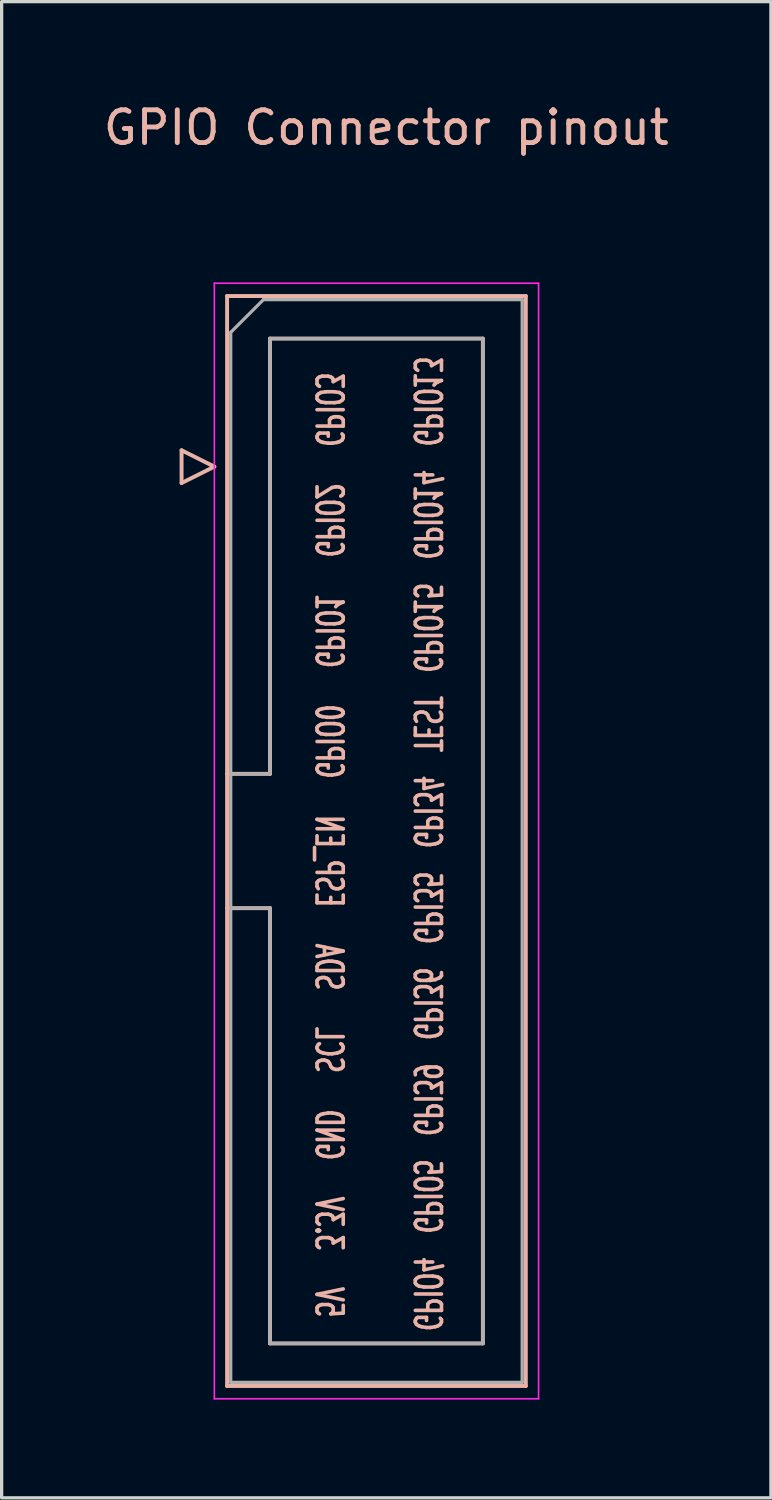
<source format=kicad_pcb>
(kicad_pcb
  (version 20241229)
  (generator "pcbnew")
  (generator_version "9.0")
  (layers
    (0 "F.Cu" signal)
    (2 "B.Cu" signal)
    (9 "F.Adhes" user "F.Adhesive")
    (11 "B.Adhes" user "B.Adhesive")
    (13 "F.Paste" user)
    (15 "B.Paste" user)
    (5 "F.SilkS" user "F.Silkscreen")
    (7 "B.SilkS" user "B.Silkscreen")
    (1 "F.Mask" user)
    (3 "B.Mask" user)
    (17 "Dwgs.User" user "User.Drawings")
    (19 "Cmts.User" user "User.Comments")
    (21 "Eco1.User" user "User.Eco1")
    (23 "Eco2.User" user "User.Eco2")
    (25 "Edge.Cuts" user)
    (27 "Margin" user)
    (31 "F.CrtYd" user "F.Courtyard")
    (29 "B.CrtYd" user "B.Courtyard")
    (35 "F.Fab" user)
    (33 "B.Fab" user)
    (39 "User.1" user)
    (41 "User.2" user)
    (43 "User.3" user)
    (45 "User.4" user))
  (footprint "GPIO Connector pinout"
    (layer "F.Cu")
    (at 8.744 1.348)
    (property "Reference" "GPIO Connector pinout" (at 0 -0.5 0) (unlocked yes) (layer "B.SilkS") (effects (font (size 1 1) (thickness 0.15))))
    (attr smd)
    (fp_line (start -6.25 9.35) (end -6.25 10.35) (stroke (width 0.12) (type solid)) (layer "B.SilkS"))
    (fp_line (start -6.25 10.35) (end -5.25 9.85) (stroke (width 0.12) (type solid)) (layer "B.SilkS"))
    (fp_line (start -5.25 9.85) (end -6.25 9.35) (stroke (width 0.12) (type solid)) (layer "B.SilkS"))
    (fp_line (start -4.86 4.64) (end 4.26 4.64) (stroke (width 0.12) (type solid)) (layer "B.SilkS"))
    (fp_line (start -4.86 19.23) (end -3.55 19.23) (stroke (width 0.12) (type solid)) (layer "B.SilkS"))
    (fp_line (start -4.86 37.92) (end -4.86 4.64) (stroke (width 0.12) (type solid)) (layer "B.SilkS"))
    (fp_line (start -3.55 5.94) (end 2.95 5.94) (stroke (width 0.12) (type solid)) (layer "B.SilkS"))
    (fp_line (start -3.55 19.23) (end -3.55 5.94) (stroke (width 0.12) (type solid)) (layer "B.SilkS"))
    (fp_line (start -3.55 23.33) (end -4.86 23.33) (stroke (width 0.12) (type solid)) (layer "B.SilkS"))
    (fp_line (start -3.55 23.33) (end -3.55 23.33) (stroke (width 0.12) (type solid)) (layer "B.SilkS"))
    (fp_line (start -3.55 36.62) (end -3.55 23.33) (stroke (width 0.12) (type solid)) (layer "B.SilkS"))
    (fp_line (start 2.95 5.94) (end 2.95 36.62) (stroke (width 0.12) (type solid)) (layer "B.SilkS"))
    (fp_line (start 2.95 36.62) (end -3.55 36.62) (stroke (width 0.12) (type solid)) (layer "B.SilkS"))
    (fp_line (start 4.26 4.64) (end 4.26 37.92) (stroke (width 0.12) (type solid)) (layer "B.SilkS"))
    (fp_line (start 4.26 37.92) (end -4.86 37.92) (stroke (width 0.12) (type solid)) (layer "B.SilkS"))
    (fp_line (start -5.25 4.25) (end -5.25 38.31) (stroke (width 0.05) (type solid)) (layer "F.CrtYd"))
    (fp_line (start -5.25 38.31) (end 4.65 38.31) (stroke (width 0.05) (type solid)) (layer "F.CrtYd"))
    (fp_line (start 4.65 4.25) (end -5.25 4.25) (stroke (width 0.05) (type solid)) (layer "F.CrtYd"))
    (fp_line (start 4.65 38.31) (end 4.65 4.25) (stroke (width 0.05) (type solid)) (layer "F.CrtYd"))
    (fp_line (start -4.75 5.75) (end -3.75 4.75) (stroke (width 0.1) (type solid)) (layer "F.Fab"))
    (fp_line (start -4.75 19.23) (end -3.55 19.23) (stroke (width 0.1) (type solid)) (layer "F.Fab"))
    (fp_line (start -4.75 37.81) (end -4.75 5.75) (stroke (width 0.1) (type solid)) (layer "F.Fab"))
    (fp_line (start -3.75 4.75) (end 4.15 4.75) (stroke (width 0.1) (type solid)) (layer "F.Fab"))
    (fp_line (start -3.55 5.94) (end 2.95 5.94) (stroke (width 0.1) (type solid)) (layer "F.Fab"))
    (fp_line (start -3.55 19.23) (end -3.55 5.94) (stroke (width 0.1) (type solid)) (layer "F.Fab"))
    (fp_line (start -3.55 23.33) (end -4.75 23.33) (stroke (width 0.1) (type solid)) (layer "F.Fab"))
    (fp_line (start -3.55 23.33) (end -3.55 23.33) (stroke (width 0.1) (type solid)) (layer "F.Fab"))
    (fp_line (start -3.55 36.62) (end -3.55 23.33) (stroke (width 0.1) (type solid)) (layer "F.Fab"))
    (fp_line (start 2.95 5.94) (end 2.95 36.62) (stroke (width 0.1) (type solid)) (layer "F.Fab"))
    (fp_line (start 2.95 36.62) (end -3.55 36.62) (stroke (width 0.1) (type solid)) (layer "F.Fab"))
    (fp_line (start 4.15 4.75) (end 4.15 37.81) (stroke (width 0.1) (type solid)) (layer "F.Fab"))
    (fp_line (start 4.15 37.81) (end -4.75 37.81) (stroke (width 0.1) (type solid)) (layer "F.Fab"))
    (fp_text user "SCL" (at -1.75 27.659 270) (unlocked yes) (layer "B.SilkS") (effects (font (size 0.8 0.5) (thickness 0.11)) (justify mirror)))
    (fp_text user "GPIO2" (at -1.75 11.488 270) (unlocked yes) (layer "B.SilkS") (effects (font (size 0.8 0.5) (thickness 0.11)) (justify mirror)))
    (fp_text user "GPIO0" (at -1.75 18.242 270) (unlocked yes) (layer "B.SilkS") (effects (font (size 0.8 0.5) (thickness 0.11)) (justify mirror)))
    (fp_text user "GPI36" (at 1.25 26.25 270) (unlocked yes) (layer "B.SilkS") (effects (font (size 0.8 0.5) (thickness 0.11)) (justify mirror)))
    (fp_text user "SDA" (at -1.75 25.127 270) (unlocked yes) (layer "B.SilkS") (effects (font (size 0.8 0.5) (thickness 0.11)) (justify mirror)))
    (fp_text user "GPIO3" (at -1.75 8.111 270) (unlocked yes) (layer "B.SilkS") (effects (font (size 0.8 0.5) (thickness 0.11)) (justify mirror)))
    (fp_text user "GPIO13" (at 1.25 7.861 270) (unlocked yes) (layer "B.SilkS") (effects (font (size 0.8 0.5) (thickness 0.11)) (justify mirror)))
    (fp_text user "GPI35" (at 1.25 23.32 270) (unlocked yes) (layer "B.SilkS") (effects (font (size 0.8 0.5) (thickness 0.11)) (justify mirror)))
    (fp_text user "GPIO14" (at 1.25 11.315 270) (unlocked yes) (layer "B.SilkS") (effects (font (size 0.8 0.5) (thickness 0.11)) (justify mirror)))
    (fp_text user "GPIO1" (at -1.75 14.865 270) (unlocked yes) (layer "B.SilkS") (effects (font (size 0.8 0.5) (thickness 0.11)) (justify mirror)))
    (fp_text user "GPI34" (at 1.25 20.39 270) (unlocked yes) (layer "B.SilkS") (effects (font (size 0.8 0.5) (thickness 0.11)) (justify mirror)))
    (fp_text user "GPIO4" (at 1.25 35.111 270) (unlocked yes) (layer "B.SilkS") (effects (font (size 0.8 0.5) (thickness 0.11)) (justify mirror)))
    (fp_text user "GPI39" (at 1.25 29.18 270) (unlocked yes) (layer "B.SilkS") (effects (font (size 0.8 0.5) (thickness 0.11)) (justify mirror)))
    (fp_text user "ESP_EN" (at -1.75 21.893 270) (unlocked yes) (layer "B.SilkS") (effects (font (size 0.8 0.5) (thickness 0.11)) (justify mirror)))
    (fp_text user "3.3V" (at -1.75 32.96 270) (unlocked yes) (layer "B.SilkS") (effects (font (size 0.8 0.5) (thickness 0.11)) (justify mirror)))
    (fp_text user "GPIO15" (at 1.25 14.769 270) (unlocked yes) (layer "B.SilkS") (effects (font (size 0.8 0.5) (thickness 0.11)) (justify mirror)))
    (fp_text user "GND" (at -1.75 30.25 270) (unlocked yes) (layer "B.SilkS") (effects (font (size 0.8 0.5) (thickness 0.11)) (justify mirror)))
    (fp_text user "5V" (at -1.75 35.361 270) (unlocked yes) (layer "B.SilkS") (effects (font (size 0.8 0.5) (thickness 0.11)) (justify mirror)))
    (fp_text user "GPIO5" (at 1.25 32.134 270) (unlocked yes) (layer "B.SilkS") (effects (font (size 0.8 0.5) (thickness 0.11)) (justify mirror)))
    (fp_text user "TEST" (at 1.25 17.71 270) (unlocked yes) (layer "B.SilkS") (effects (font (size 0.8 0.5) (thickness 0.11)) (justify mirror))))
  (gr_rect
    (start -3 -3)
    (end 20.488 42.683)
    (stroke (width 0.1) (type default))
    (fill no)
    (layer "Edge.Cuts")))
</source>
